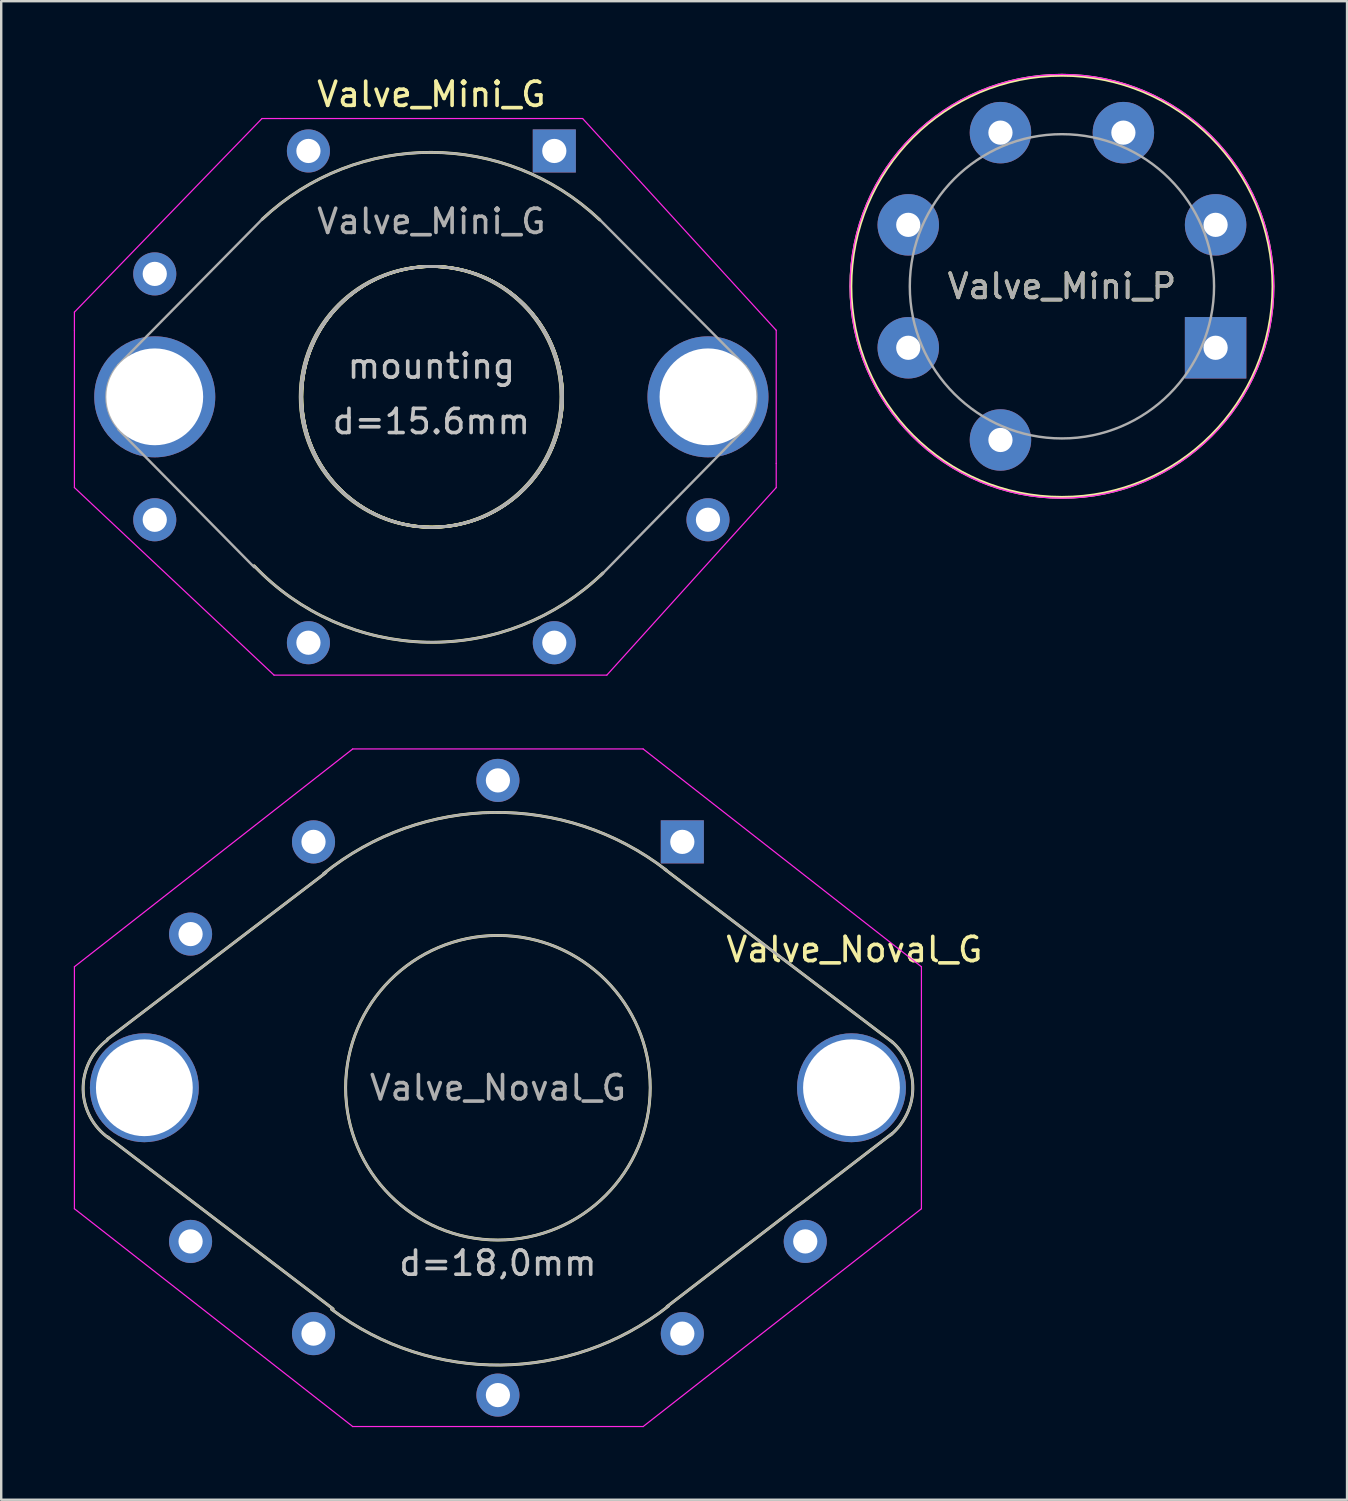
<source format=kicad_pcb>
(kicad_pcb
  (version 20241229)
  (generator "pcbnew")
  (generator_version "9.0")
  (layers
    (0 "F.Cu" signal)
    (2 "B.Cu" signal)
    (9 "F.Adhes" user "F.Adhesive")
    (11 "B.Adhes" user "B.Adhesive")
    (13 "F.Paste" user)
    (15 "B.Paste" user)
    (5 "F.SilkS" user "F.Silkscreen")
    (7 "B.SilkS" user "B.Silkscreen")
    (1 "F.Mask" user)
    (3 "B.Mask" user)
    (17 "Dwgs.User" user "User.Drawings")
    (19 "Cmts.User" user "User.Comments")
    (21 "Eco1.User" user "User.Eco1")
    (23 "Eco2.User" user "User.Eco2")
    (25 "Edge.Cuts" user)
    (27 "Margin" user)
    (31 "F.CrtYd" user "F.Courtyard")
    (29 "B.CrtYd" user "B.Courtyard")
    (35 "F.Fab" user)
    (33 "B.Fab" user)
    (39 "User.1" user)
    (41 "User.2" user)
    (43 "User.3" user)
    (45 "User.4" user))
  (footprint "Valve_Mini_P"
    (layer "F.Cu")
    (at 47.181 11.321)
    (property "Reference" "Valve_Mini_P" (at -6.35 -2.54 0) (layer "F.SilkS") (effects (font (size 1 1) (thickness 0.15))))
    (attr through_hole)
    (fp_circle (center -6.35 -2.54) (end 1.4 1.46) (stroke (width 0.12) (type solid)) (fill no) (layer "F.SilkS"))
    (fp_circle (center -6.35 -2.54) (end -6.6 6.21) (stroke (width 0.05) (type solid)) (fill no) (layer "F.CrtYd"))
    (fp_circle (center -6.35 -2.54) (end -10.79 1.91) (stroke (width 0.1) (type solid)) (fill no) (layer "F.Fab"))
    (fp_text user "${REFERENCE}" (at -6.35 -2.54 0) (layer "F.Fab") (effects (font (size 1 1) (thickness 0.15))))
    (pad "1" thru_hole rect (at 0 0) (size 2.54 2.54) (drill 1) (layers "*.Cu" "*.Mask"))
    (pad "2" thru_hole circle (at 0 -5.08) (size 2.54 2.54) (drill 1) (layers "*.Cu" "*.Mask"))
    (pad "3" thru_hole circle (at -3.81 -8.89) (size 2.54 2.54) (drill 1) (layers "*.Cu" "*.Mask"))
    (pad "4" thru_hole circle (at -8.89 -8.89) (size 2.54 2.54) (drill 1) (layers "*.Cu" "*.Mask"))
    (pad "5" thru_hole circle (at -12.7 -5.08) (size 2.54 2.54) (drill 1) (layers "*.Cu" "*.Mask"))
    (pad "6" thru_hole circle (at -12.7 0) (size 2.54 2.54) (drill 1) (layers "*.Cu" "*.Mask"))
    (pad "7" thru_hole circle (at -8.89 3.81) (size 2.54 2.54) (drill 1) (layers "*.Cu" "*.Mask")))
  (footprint "Valve_Mini_G"
    (layer "F.Cu")
    (at 19.855 3.188)
    (property "Reference" "Valve_Mini_G" (at -5.08 -2.34 0) (layer "F.SilkS") (effects (font (size 1 1) (thickness 0.15))))
    (attr through_hole)
    (fp_arc (start -12.07 2.82) (mid -5.089383 0.058484) (end 1.87996 2.848331) (stroke (width 0.12) (type solid)) (layer "F.SilkS"))
    (fp_arc (start 2.01 17.44) (mid -5.258654 20.298958) (end -12.403532 17.143378) (stroke (width 0.12) (type solid)) (layer "F.SilkS"))
    (fp_circle (center -5.11 10.16) (end -8.92 13.97) (stroke (width 0.12) (type solid)) (fill no) (layer "F.SilkS"))
    (fp_circle (center -5.05 10.16) (end -1.24 13.97) (stroke (width 0.12) (type solid)) (fill no) (layer "F.SilkS"))
    (fp_circle (center -5.05 10.16) (end -1.24 13.97) (stroke (width 0.12) (type solid)) (fill no) (layer "F.SilkS"))
    (fp_circle (center -5.05 10.16) (end -1.24 13.97) (stroke (width 0.12) (type solid)) (fill no) (layer "F.SilkS"))
    (fp_line (start -19.83 6.66) (end -12.08 -1.34) (stroke (width 0.05) (type solid)) (layer "F.CrtYd"))
    (fp_line (start -19.83 7.41) (end -19.83 6.66) (stroke (width 0.05) (type solid)) (layer "F.CrtYd"))
    (fp_line (start -19.83 13.91) (end -19.83 7.41) (stroke (width 0.05) (type solid)) (layer "F.CrtYd"))
    (fp_line (start -12.08 -1.34) (end -11.33 -1.34) (stroke (width 0.05) (type solid)) (layer "F.CrtYd"))
    (fp_line (start -11.58 21.66) (end -19.83 13.91) (stroke (width 0.05) (type solid)) (layer "F.CrtYd"))
    (fp_line (start -11.33 -1.34) (end 1.17 -1.34) (stroke (width 0.05) (type solid)) (layer "F.CrtYd"))
    (fp_line (start 1.17 -1.34) (end 9.17 7.41) (stroke (width 0.05) (type solid)) (layer "F.CrtYd"))
    (fp_line (start 2.17 21.66) (end -11.58 21.66) (stroke (width 0.05) (type solid)) (layer "F.CrtYd"))
    (fp_line (start 9.17 7.41) (end 9.17 12.91) (stroke (width 0.05) (type solid)) (layer "F.CrtYd"))
    (fp_line (start 9.17 12.91) (end 9.17 13.91) (stroke (width 0.05) (type solid)) (layer "F.CrtYd"))
    (fp_line (start 9.17 13.91) (end 2.17 21.66) (stroke (width 0.05) (type solid)) (layer "F.CrtYd"))
    (fp_line (start -18.01 8.84) (end -12.07 2.82) (stroke (width 0.1) (type solid)) (layer "F.Fab"))
    (fp_line (start -18.01 11.51) (end -12.4 17.2) (stroke (width 0.1) (type solid)) (layer "F.Fab"))
    (fp_line (start 1.91 2.87) (end 7.9 8.89) (stroke (width 0.1) (type solid)) (layer "F.Fab"))
    (fp_line (start 7.82 11.53) (end 1.91 17.55) (stroke (width 0.1) (type solid)) (layer "F.Fab"))
    (fp_arc (start -17.98 11.51) (mid -18.505731 10.181365) (end -18.008564 8.84178) (stroke (width 0.1) (type solid)) (layer "F.Fab"))
    (fp_arc (start -12.07 2.82) (mid -5.089383 0.058484) (end 1.87996 2.848331) (stroke (width 0.1) (type solid)) (layer "F.Fab"))
    (fp_arc (start 2.01 17.44) (mid -5.258654 20.298958) (end -12.403532 17.143378) (stroke (width 0.1) (type solid)) (layer "F.Fab"))
    (fp_arc (start 7.9 8.89) (mid 8.351984 10.246371) (end 7.784862 11.558775) (stroke (width 0.1) (type solid)) (layer "F.Fab"))
    (fp_circle (center -5.11 10.16) (end -8.92 13.97) (stroke (width 0.1) (type solid)) (fill no) (layer "F.Fab"))
    (fp_circle (center -5.05 10.16) (end -1.24 13.97) (stroke (width 0.1) (type solid)) (fill no) (layer "F.Fab"))
    (fp_circle (center -5.05 10.16) (end -1.24 13.97) (stroke (width 0.1) (type solid)) (fill no) (layer "F.Fab"))
    (fp_circle (center -5.05 10.16) (end -1.24 13.97) (stroke (width 0.1) (type solid)) (fill no) (layer "F.Fab"))
    (fp_text user "d=15.6mm" (at -5.08 11.18 0) (layer "Dwgs.User") (effects (font (size 1 1) (thickness 0.15))))
    (fp_text user "mounting" (at -5.08 8.89 0) (layer "Dwgs.User") (effects (font (size 1 1) (thickness 0.15))))
    (fp_text user "${REFERENCE}" (at -5.08 2.91 0) (layer "F.Fab") (effects (font (size 1 1) (thickness 0.15))))
    (pad "" thru_hole circle (at -16.51 10.16) (size 5 5) (drill 4) (layers "*.Cu" "*.Mask"))
    (pad "" thru_hole circle (at 6.35 10.16) (size 5 5) (drill 4) (layers "*.Cu" "*.Mask"))
    (pad "1" thru_hole rect (at 0 0) (size 1.78 1.78) (drill 1) (layers "*.Cu" "*.Mask"))
    (pad "2" thru_hole circle (at -10.16 0) (size 1.78 1.78) (drill 1) (layers "*.Cu" "*.Mask"))
    (pad "3" thru_hole circle (at -16.51 5.08) (size 1.78 1.78) (drill 1) (layers "*.Cu" "*.Mask"))
    (pad "4" thru_hole circle (at -16.51 15.24) (size 1.78 1.78) (drill 1) (layers "*.Cu" "*.Mask"))
    (pad "5" thru_hole circle (at -10.16 20.32) (size 1.78 1.78) (drill 1) (layers "*.Cu" "*.Mask"))
    (pad "6" thru_hole circle (at 0 20.32) (size 1.78 1.78) (drill 1) (layers "*.Cu" "*.Mask"))
    (pad "7" thru_hole circle (at 6.35 15.24) (size 1.78 1.78) (drill 1) (layers "*.Cu" "*.Mask")))
  (footprint "Valve_Noval_G"
    (layer "F.Cu")
    (at 25.145 31.738)
    (property "Reference" "Valve_Noval_G" (at 7.11 4.45 0) (layer "F.SilkS") (effects (font (size 1 1) (thickness 0.15))))
    (attr through_hole)
    (fp_line (start -23.75 8.15) (end -14.73 1.27) (stroke (width 0.12) (type solid)) (layer "F.SilkS"))
    (fp_line (start -23.75 12.19) (end -14.43 19.3) (stroke (width 0.12) (type solid)) (layer "F.SilkS"))
    (fp_line (start 8.66 12.06) (end -0.63 19.2) (stroke (width 0.12) (type solid)) (layer "F.SilkS"))
    (fp_line (start 8.69 8.28) (end -0.74 1.12) (stroke (width 0.12) (type solid)) (layer "F.SilkS"))
    (fp_arc (start -23.7 12.24) (mid -24.76061 10.23284) (end -23.769096 8.190664) (stroke (width 0.12) (type solid)) (layer "F.SilkS"))
    (fp_arc (start -14.83 1.32) (mid -7.774859 -1.216675) (end -0.665972 1.16523) (stroke (width 0.12) (type solid)) (layer "F.SilkS"))
    (fp_arc (start -0.57 19.18) (mid -7.50736 21.618362) (end -14.491513 19.317453) (stroke (width 0.12) (type solid)) (layer "F.SilkS"))
    (fp_arc (start 8.69 8.28) (mid 9.524064 10.214038) (end 8.60831 12.110762) (stroke (width 0.12) (type solid)) (layer "F.SilkS"))
    (fp_circle (center -7.62 10.16) (end -12.07 14.61) (stroke (width 0.12) (type solid)) (fill no) (layer "F.SilkS"))
    (fp_line (start -25.12 5.16) (end -13.62 -3.84) (stroke (width 0.05) (type solid)) (layer "F.CrtYd"))
    (fp_line (start -25.12 15.16) (end -25.12 5.16) (stroke (width 0.05) (type solid)) (layer "F.CrtYd"))
    (fp_line (start -13.62 -3.84) (end -1.62 -3.84) (stroke (width 0.05) (type solid)) (layer "F.CrtYd"))
    (fp_line (start -13.62 24.16) (end -25.12 15.16) (stroke (width 0.05) (type solid)) (layer "F.CrtYd"))
    (fp_line (start -7.62 24.16) (end -13.62 24.16) (stroke (width 0.05) (type solid)) (layer "F.CrtYd"))
    (fp_line (start -1.62 -3.84) (end 9.88 5.16) (stroke (width 0.05) (type solid)) (layer "F.CrtYd"))
    (fp_line (start -1.62 24.16) (end -7.62 24.16) (stroke (width 0.05) (type solid)) (layer "F.CrtYd"))
    (fp_line (start 9.88 5.16) (end 9.88 15.16) (stroke (width 0.05) (type solid)) (layer "F.CrtYd"))
    (fp_line (start 9.88 15.16) (end -1.62 24.16) (stroke (width 0.05) (type solid)) (layer "F.CrtYd"))
    (fp_line (start -23.75 8.15) (end -14.73 1.27) (stroke (width 0.1) (type solid)) (layer "F.Fab"))
    (fp_line (start -23.75 12.19) (end -14.43 19.3) (stroke (width 0.1) (type solid)) (layer "F.Fab"))
    (fp_line (start 8.66 12.06) (end -0.63 19.2) (stroke (width 0.1) (type solid)) (layer "F.Fab"))
    (fp_line (start 8.69 8.28) (end -0.74 1.12) (stroke (width 0.1) (type solid)) (layer "F.Fab"))
    (fp_arc (start -23.7 12.24) (mid -24.76061 10.23284) (end -23.769096 8.190664) (stroke (width 0.1) (type solid)) (layer "F.Fab"))
    (fp_arc (start -14.83 1.32) (mid -7.774859 -1.216675) (end -0.665972 1.16523) (stroke (width 0.1) (type solid)) (layer "F.Fab"))
    (fp_arc (start -0.57 19.18) (mid -7.50736 21.618362) (end -14.491513 19.317453) (stroke (width 0.1) (type solid)) (layer "F.Fab"))
    (fp_arc (start 8.69 8.28) (mid 9.524064 10.214038) (end 8.60831 12.110762) (stroke (width 0.1) (type solid)) (layer "F.Fab"))
    (fp_circle (center -7.62 10.16) (end -12.07 14.61) (stroke (width 0.1) (type solid)) (fill no) (layer "F.Fab"))
    (fp_text user "d=18,0mm" (at -7.62 17.41 0) (layer "Dwgs.User") (effects (font (size 1 1) (thickness 0.15))))
    (fp_text user "${REFERENCE}" (at -7.62 10.16 0) (layer "F.Fab") (effects (font (size 1 1) (thickness 0.15))))
    (pad "" thru_hole circle (at 6.99 10.16) (size 4.5 4.5) (drill 4) (layers "*.Cu" "*.Mask"))
    (pad "1" thru_hole rect (at 0 0) (size 1.78 1.78) (drill 1) (layers "*.Cu" "*.Mask"))
    (pad "2" thru_hole circle (at -22.23 10.16) (size 4.5 4.5) (drill 4) (layers "*.Cu" "*.Mask"))
    (pad "2" thru_hole circle (at -7.62 -2.54) (size 1.78 1.78) (drill 1) (layers "*.Cu" "*.Mask"))
    (pad "3" thru_hole circle (at -15.24 0) (size 1.78 1.78) (drill 1) (layers "*.Cu" "*.Mask"))
    (pad "4" thru_hole circle (at -20.32 3.81) (size 1.78 1.78) (drill 1) (layers "*.Cu" "*.Mask"))
    (pad "5" thru_hole circle (at -20.32 16.51) (size 1.78 1.78) (drill 1) (layers "*.Cu" "*.Mask"))
    (pad "6" thru_hole circle (at -15.24 20.32) (size 1.78 1.78) (drill 1) (layers "*.Cu" "*.Mask"))
    (pad "7" thru_hole circle (at -7.62 22.86) (size 1.78 1.78) (drill 1) (layers "*.Cu" "*.Mask"))
    (pad "8" thru_hole circle (at 0 20.32) (size 1.78 1.78) (drill 1) (layers "*.Cu" "*.Mask"))
    (pad "9" thru_hole circle (at 5.08 16.51) (size 1.78 1.78) (drill 1) (layers "*.Cu" "*.Mask")))
  (gr_rect
    (start -3 -3)
    (end 52.613 58.923)
    (stroke (width 0.1) (type default))
    (fill no)
    (layer "Edge.Cuts")))
</source>
